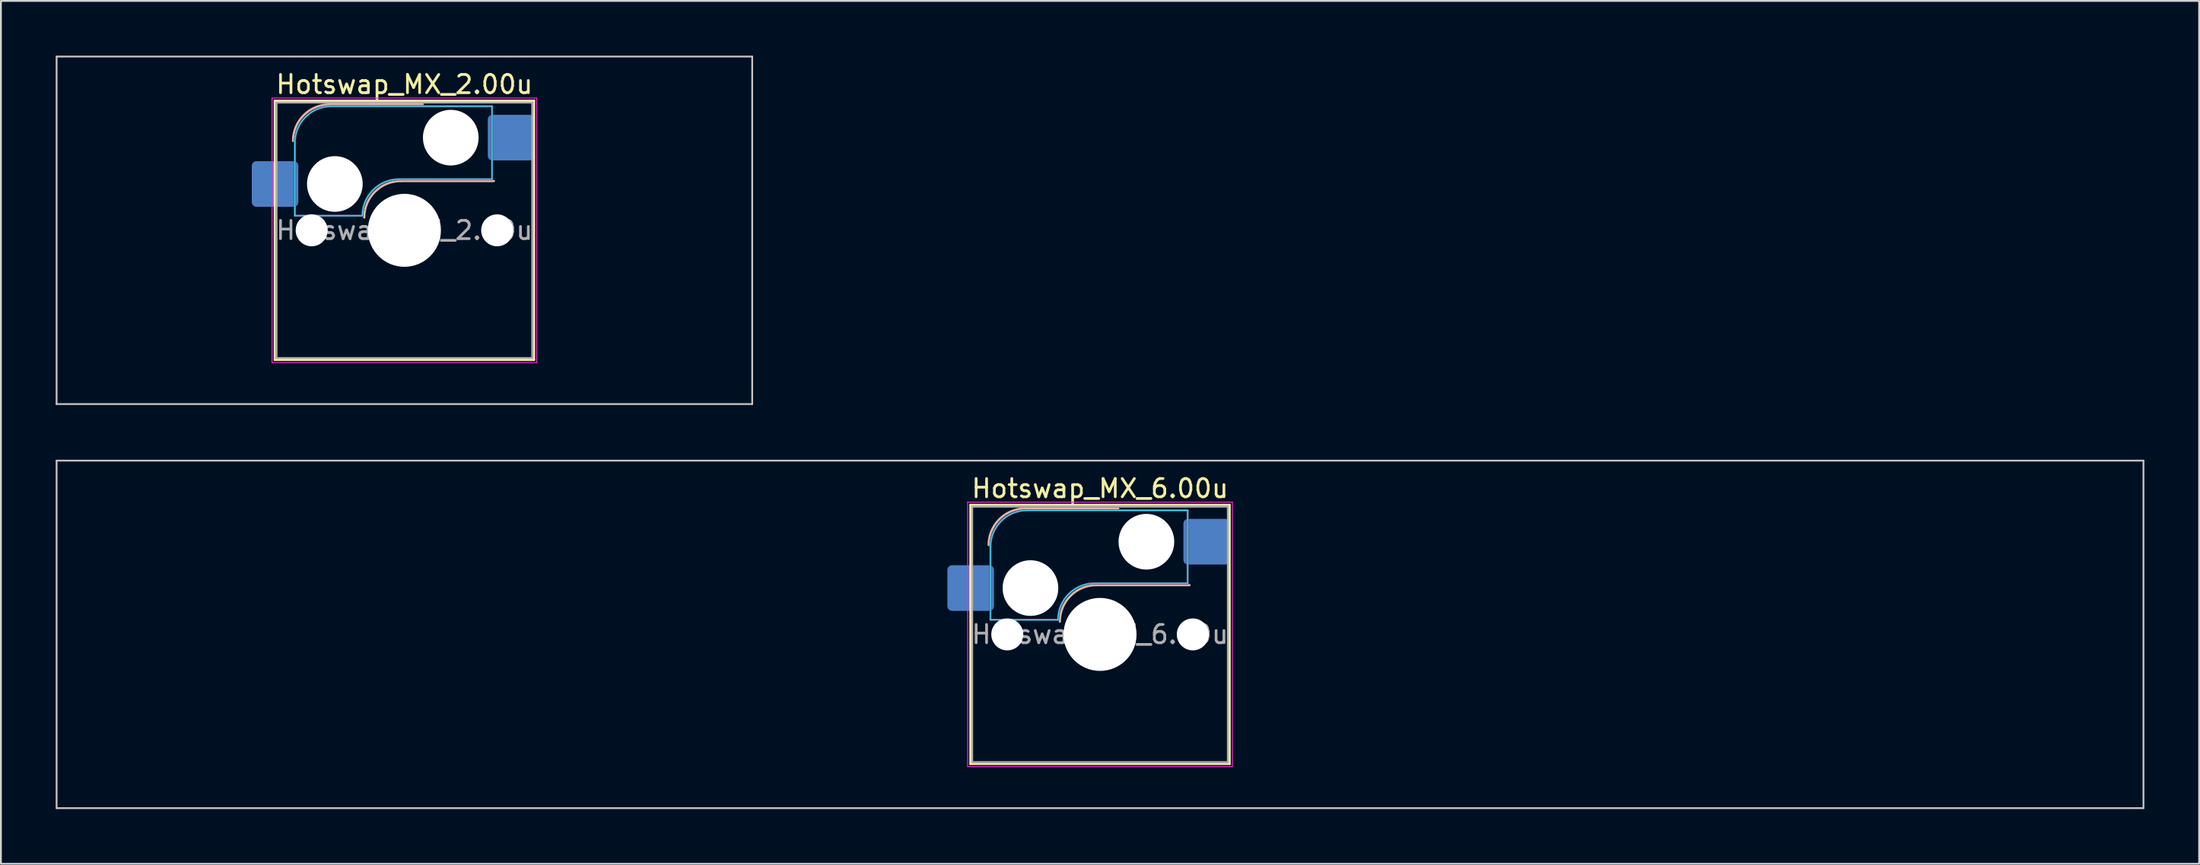
<source format=kicad_pcb>
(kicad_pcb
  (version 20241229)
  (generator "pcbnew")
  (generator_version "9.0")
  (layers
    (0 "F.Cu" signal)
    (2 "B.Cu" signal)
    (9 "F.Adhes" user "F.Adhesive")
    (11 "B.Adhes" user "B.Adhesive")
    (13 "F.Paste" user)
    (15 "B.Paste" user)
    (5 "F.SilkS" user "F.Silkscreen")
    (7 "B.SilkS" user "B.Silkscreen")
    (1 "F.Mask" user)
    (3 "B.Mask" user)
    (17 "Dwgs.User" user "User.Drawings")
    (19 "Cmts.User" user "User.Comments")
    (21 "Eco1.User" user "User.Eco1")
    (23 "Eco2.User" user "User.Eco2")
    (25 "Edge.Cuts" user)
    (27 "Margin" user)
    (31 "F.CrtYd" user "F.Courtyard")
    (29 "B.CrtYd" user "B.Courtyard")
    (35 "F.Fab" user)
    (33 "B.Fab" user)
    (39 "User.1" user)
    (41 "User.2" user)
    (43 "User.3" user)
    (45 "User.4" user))
  (footprint "Hotswap_MX_6.00u"
    (layer "F.Cu")
    (at 57.2 31.725)
    (property "Reference" "Hotswap_MX_6.00u" (at 0 -8 0) (layer "F.SilkS") (effects (font (size 1 1) (thickness 0.15))))
    (attr smd)
    (fp_line (start -7.1 -7.1) (end -7.1 7.1) (stroke (width 0.12) (type solid)) (layer "F.SilkS"))
    (fp_line (start -7.1 7.1) (end 7.1 7.1) (stroke (width 0.12) (type solid)) (layer "F.SilkS"))
    (fp_line (start 7.1 -7.1) (end -7.1 -7.1) (stroke (width 0.12) (type solid)) (layer "F.SilkS"))
    (fp_line (start 7.1 7.1) (end 7.1 -7.1) (stroke (width 0.12) (type solid)) (layer "F.SilkS"))
    (fp_line (start -4.1 -6.9) (end 1 -6.9) (stroke (width 0.12) (type solid)) (layer "B.SilkS"))
    (fp_line (start -0.2 -2.7) (end 4.9 -2.7) (stroke (width 0.12) (type solid)) (layer "B.SilkS"))
    (fp_arc (start -6.1 -4.9) (mid -5.514214 -6.314214) (end -4.1 -6.9) (stroke (width 0.12) (type solid)) (layer "B.SilkS"))
    (fp_arc (start -2.2 -0.7) (mid -1.614214 -2.114214) (end -0.2 -2.7) (stroke (width 0.12) (type solid)) (layer "B.SilkS"))
    (fp_line (start -57.15 -9.525) (end -57.15 9.525) (stroke (width 0.1) (type solid)) (layer "Dwgs.User"))
    (fp_line (start -57.15 9.525) (end 57.15 9.525) (stroke (width 0.1) (type solid)) (layer "Dwgs.User"))
    (fp_line (start 57.15 -9.525) (end -57.15 -9.525) (stroke (width 0.1) (type solid)) (layer "Dwgs.User"))
    (fp_line (start 57.15 9.525) (end 57.15 -9.525) (stroke (width 0.1) (type solid)) (layer "Dwgs.User"))
    (fp_line (start -7.8 -6) (end -7 -6) (stroke (width 0.1) (type solid)) (layer "Eco1.User"))
    (fp_line (start -7.8 -2.9) (end -7.8 -6) (stroke (width 0.1) (type solid)) (layer "Eco1.User"))
    (fp_line (start -7.8 2.9) (end -7 2.9) (stroke (width 0.1) (type solid)) (layer "Eco1.User"))
    (fp_line (start -7.8 6) (end -7.8 2.9) (stroke (width 0.1) (type solid)) (layer "Eco1.User"))
    (fp_line (start -7 -7) (end 7 -7) (stroke (width 0.1) (type solid)) (layer "Eco1.User"))
    (fp_line (start -7 -6) (end -7 -7) (stroke (width 0.1) (type solid)) (layer "Eco1.User"))
    (fp_line (start -7 -2.9) (end -7.8 -2.9) (stroke (width 0.1) (type solid)) (layer "Eco1.User"))
    (fp_line (start -7 2.9) (end -7 -2.9) (stroke (width 0.1) (type solid)) (layer "Eco1.User"))
    (fp_line (start -7 6) (end -7.8 6) (stroke (width 0.1) (type solid)) (layer "Eco1.User"))
    (fp_line (start -7 7) (end -7 6) (stroke (width 0.1) (type solid)) (layer "Eco1.User"))
    (fp_line (start 7 -7) (end 7 -6) (stroke (width 0.1) (type solid)) (layer "Eco1.User"))
    (fp_line (start 7 -6) (end 7.8 -6) (stroke (width 0.1) (type solid)) (layer "Eco1.User"))
    (fp_line (start 7 -2.9) (end 7 2.9) (stroke (width 0.1) (type solid)) (layer "Eco1.User"))
    (fp_line (start 7 2.9) (end 7.8 2.9) (stroke (width 0.1) (type solid)) (layer "Eco1.User"))
    (fp_line (start 7 6) (end 7 7) (stroke (width 0.1) (type solid)) (layer "Eco1.User"))
    (fp_line (start 7 7) (end -7 7) (stroke (width 0.1) (type solid)) (layer "Eco1.User"))
    (fp_line (start 7.8 -6) (end 7.8 -2.9) (stroke (width 0.1) (type solid)) (layer "Eco1.User"))
    (fp_line (start 7.8 -2.9) (end 7 -2.9) (stroke (width 0.1) (type solid)) (layer "Eco1.User"))
    (fp_line (start 7.8 2.9) (end 7.8 6) (stroke (width 0.1) (type solid)) (layer "Eco1.User"))
    (fp_line (start 7.8 6) (end 7 6) (stroke (width 0.1) (type solid)) (layer "Eco1.User"))
    (fp_line (start -6 -0.8) (end -6 -4.8) (stroke (width 0.05) (type solid)) (layer "B.CrtYd"))
    (fp_line (start -6 -0.8) (end -2.3 -0.8) (stroke (width 0.05) (type solid)) (layer "B.CrtYd"))
    (fp_line (start -4 -6.8) (end 4.8 -6.8) (stroke (width 0.05) (type solid)) (layer "B.CrtYd"))
    (fp_line (start -0.3 -2.8) (end 4.8 -2.8) (stroke (width 0.05) (type solid)) (layer "B.CrtYd"))
    (fp_line (start 4.8 -6.8) (end 4.8 -2.8) (stroke (width 0.05) (type solid)) (layer "B.CrtYd"))
    (fp_arc (start -6 -4.8) (mid -5.414214 -6.214214) (end -4 -6.8) (stroke (width 0.05) (type solid)) (layer "B.CrtYd"))
    (fp_arc (start -2.3 -0.8) (mid -1.714214 -2.214214) (end -0.3 -2.8) (stroke (width 0.05) (type solid)) (layer "B.CrtYd"))
    (fp_line (start -7.25 -7.25) (end -7.25 7.25) (stroke (width 0.05) (type solid)) (layer "F.CrtYd"))
    (fp_line (start -7.25 7.25) (end 7.25 7.25) (stroke (width 0.05) (type solid)) (layer "F.CrtYd"))
    (fp_line (start 7.25 -7.25) (end -7.25 -7.25) (stroke (width 0.05) (type solid)) (layer "F.CrtYd"))
    (fp_line (start 7.25 7.25) (end 7.25 -7.25) (stroke (width 0.05) (type solid)) (layer "F.CrtYd"))
    (fp_line (start -6 -0.8) (end -6 -4.8) (stroke (width 0.12) (type solid)) (layer "B.Fab"))
    (fp_line (start -6 -0.8) (end -2.3 -0.8) (stroke (width 0.12) (type solid)) (layer "B.Fab"))
    (fp_line (start -4 -6.8) (end 4.8 -6.8) (stroke (width 0.12) (type solid)) (layer "B.Fab"))
    (fp_line (start -0.3 -2.8) (end 4.8 -2.8) (stroke (width 0.12) (type solid)) (layer "B.Fab"))
    (fp_line (start 4.8 -6.8) (end 4.8 -2.8) (stroke (width 0.12) (type solid)) (layer "B.Fab"))
    (fp_arc (start -6 -4.8) (mid -5.414214 -6.214214) (end -4 -6.8) (stroke (width 0.12) (type solid)) (layer "B.Fab"))
    (fp_arc (start -2.3 -0.8) (mid -1.714214 -2.214214) (end -0.3 -2.8) (stroke (width 0.12) (type solid)) (layer "B.Fab"))
    (fp_line (start -7 -7) (end -7 7) (stroke (width 0.1) (type solid)) (layer "F.Fab"))
    (fp_line (start -7 7) (end 7 7) (stroke (width 0.1) (type solid)) (layer "F.Fab"))
    (fp_line (start 7 -7) (end -7 -7) (stroke (width 0.1) (type solid)) (layer "F.Fab"))
    (fp_line (start 7 7) (end 7 -7) (stroke (width 0.1) (type solid)) (layer "F.Fab"))
    (fp_text user "${REFERENCE}" (at 0 0 0) (layer "F.Fab") (effects (font (size 1 1) (thickness 0.15))))
    (pad "" np_thru_hole circle (at -5.08 0) (size 1.75 1.75) (drill 1.75) (layers "*.Cu" "*.Mask"))
    (pad "" np_thru_hole circle (at -3.81 -2.54) (size 3.05 3.05) (drill 3.05) (layers "*.Cu" "*.Mask"))
    (pad "" np_thru_hole circle (at 0 0) (size 4 4) (drill 4) (layers "*.Cu" "*.Mask"))
    (pad "" np_thru_hole circle (at 2.54 -5.08) (size 3.05 3.05) (drill 3.05) (layers "*.Cu" "*.Mask"))
    (pad "" np_thru_hole circle (at 5.08 0) (size 1.75 1.75) (drill 1.75) (layers "*.Cu" "*.Mask"))
    (pad "1" smd roundrect (at -7.085 -2.54) (size 2.55 2.5) (layers "B.Cu" "B.Mask" "B.Paste") (roundrect_rratio 0.1))
    (pad "2" smd roundrect (at 5.842 -5.08) (size 2.55 2.5) (layers "B.Cu" "B.Mask" "B.Paste") (roundrect_rratio 0.1)))
  (footprint "Hotswap_MX_2.00u"
    (layer "F.Cu")
    (at 19.1 9.575)
    (property "Reference" "Hotswap_MX_2.00u" (at 0 -8 0) (layer "F.SilkS") (effects (font (size 1 1) (thickness 0.15))))
    (attr smd)
    (fp_line (start -7.1 -7.1) (end -7.1 7.1) (stroke (width 0.12) (type solid)) (layer "F.SilkS"))
    (fp_line (start -7.1 7.1) (end 7.1 7.1) (stroke (width 0.12) (type solid)) (layer "F.SilkS"))
    (fp_line (start 7.1 -7.1) (end -7.1 -7.1) (stroke (width 0.12) (type solid)) (layer "F.SilkS"))
    (fp_line (start 7.1 7.1) (end 7.1 -7.1) (stroke (width 0.12) (type solid)) (layer "F.SilkS"))
    (fp_line (start -4.1 -6.9) (end 1 -6.9) (stroke (width 0.12) (type solid)) (layer "B.SilkS"))
    (fp_line (start -0.2 -2.7) (end 4.9 -2.7) (stroke (width 0.12) (type solid)) (layer "B.SilkS"))
    (fp_arc (start -6.1 -4.9) (mid -5.514214 -6.314214) (end -4.1 -6.9) (stroke (width 0.12) (type solid)) (layer "B.SilkS"))
    (fp_arc (start -2.2 -0.7) (mid -1.614214 -2.114214) (end -0.2 -2.7) (stroke (width 0.12) (type solid)) (layer "B.SilkS"))
    (fp_line (start -19.05 -9.525) (end -19.05 9.525) (stroke (width 0.1) (type solid)) (layer "Dwgs.User"))
    (fp_line (start -19.05 9.525) (end 19.05 9.525) (stroke (width 0.1) (type solid)) (layer "Dwgs.User"))
    (fp_line (start 19.05 -9.525) (end -19.05 -9.525) (stroke (width 0.1) (type solid)) (layer "Dwgs.User"))
    (fp_line (start 19.05 9.525) (end 19.05 -9.525) (stroke (width 0.1) (type solid)) (layer "Dwgs.User"))
    (fp_line (start -7.8 -6) (end -7 -6) (stroke (width 0.1) (type solid)) (layer "Eco1.User"))
    (fp_line (start -7.8 -2.9) (end -7.8 -6) (stroke (width 0.1) (type solid)) (layer "Eco1.User"))
    (fp_line (start -7.8 2.9) (end -7 2.9) (stroke (width 0.1) (type solid)) (layer "Eco1.User"))
    (fp_line (start -7.8 6) (end -7.8 2.9) (stroke (width 0.1) (type solid)) (layer "Eco1.User"))
    (fp_line (start -7 -7) (end 7 -7) (stroke (width 0.1) (type solid)) (layer "Eco1.User"))
    (fp_line (start -7 -6) (end -7 -7) (stroke (width 0.1) (type solid)) (layer "Eco1.User"))
    (fp_line (start -7 -2.9) (end -7.8 -2.9) (stroke (width 0.1) (type solid)) (layer "Eco1.User"))
    (fp_line (start -7 2.9) (end -7 -2.9) (stroke (width 0.1) (type solid)) (layer "Eco1.User"))
    (fp_line (start -7 6) (end -7.8 6) (stroke (width 0.1) (type solid)) (layer "Eco1.User"))
    (fp_line (start -7 7) (end -7 6) (stroke (width 0.1) (type solid)) (layer "Eco1.User"))
    (fp_line (start 7 -7) (end 7 -6) (stroke (width 0.1) (type solid)) (layer "Eco1.User"))
    (fp_line (start 7 -6) (end 7.8 -6) (stroke (width 0.1) (type solid)) (layer "Eco1.User"))
    (fp_line (start 7 -2.9) (end 7 2.9) (stroke (width 0.1) (type solid)) (layer "Eco1.User"))
    (fp_line (start 7 2.9) (end 7.8 2.9) (stroke (width 0.1) (type solid)) (layer "Eco1.User"))
    (fp_line (start 7 6) (end 7 7) (stroke (width 0.1) (type solid)) (layer "Eco1.User"))
    (fp_line (start 7 7) (end -7 7) (stroke (width 0.1) (type solid)) (layer "Eco1.User"))
    (fp_line (start 7.8 -6) (end 7.8 -2.9) (stroke (width 0.1) (type solid)) (layer "Eco1.User"))
    (fp_line (start 7.8 -2.9) (end 7 -2.9) (stroke (width 0.1) (type solid)) (layer "Eco1.User"))
    (fp_line (start 7.8 2.9) (end 7.8 6) (stroke (width 0.1) (type solid)) (layer "Eco1.User"))
    (fp_line (start 7.8 6) (end 7 6) (stroke (width 0.1) (type solid)) (layer "Eco1.User"))
    (fp_line (start -6 -0.8) (end -6 -4.8) (stroke (width 0.05) (type solid)) (layer "B.CrtYd"))
    (fp_line (start -6 -0.8) (end -2.3 -0.8) (stroke (width 0.05) (type solid)) (layer "B.CrtYd"))
    (fp_line (start -4 -6.8) (end 4.8 -6.8) (stroke (width 0.05) (type solid)) (layer "B.CrtYd"))
    (fp_line (start -0.3 -2.8) (end 4.8 -2.8) (stroke (width 0.05) (type solid)) (layer "B.CrtYd"))
    (fp_line (start 4.8 -6.8) (end 4.8 -2.8) (stroke (width 0.05) (type solid)) (layer "B.CrtYd"))
    (fp_arc (start -6 -4.8) (mid -5.414214 -6.214214) (end -4 -6.8) (stroke (width 0.05) (type solid)) (layer "B.CrtYd"))
    (fp_arc (start -2.3 -0.8) (mid -1.714214 -2.214214) (end -0.3 -2.8) (stroke (width 0.05) (type solid)) (layer "B.CrtYd"))
    (fp_line (start -7.25 -7.25) (end -7.25 7.25) (stroke (width 0.05) (type solid)) (layer "F.CrtYd"))
    (fp_line (start -7.25 7.25) (end 7.25 7.25) (stroke (width 0.05) (type solid)) (layer "F.CrtYd"))
    (fp_line (start 7.25 -7.25) (end -7.25 -7.25) (stroke (width 0.05) (type solid)) (layer "F.CrtYd"))
    (fp_line (start 7.25 7.25) (end 7.25 -7.25) (stroke (width 0.05) (type solid)) (layer "F.CrtYd"))
    (fp_line (start -6 -0.8) (end -6 -4.8) (stroke (width 0.12) (type solid)) (layer "B.Fab"))
    (fp_line (start -6 -0.8) (end -2.3 -0.8) (stroke (width 0.12) (type solid)) (layer "B.Fab"))
    (fp_line (start -4 -6.8) (end 4.8 -6.8) (stroke (width 0.12) (type solid)) (layer "B.Fab"))
    (fp_line (start -0.3 -2.8) (end 4.8 -2.8) (stroke (width 0.12) (type solid)) (layer "B.Fab"))
    (fp_line (start 4.8 -6.8) (end 4.8 -2.8) (stroke (width 0.12) (type solid)) (layer "B.Fab"))
    (fp_arc (start -6 -4.8) (mid -5.414214 -6.214214) (end -4 -6.8) (stroke (width 0.12) (type solid)) (layer "B.Fab"))
    (fp_arc (start -2.3 -0.8) (mid -1.714214 -2.214214) (end -0.3 -2.8) (stroke (width 0.12) (type solid)) (layer "B.Fab"))
    (fp_line (start -7 -7) (end -7 7) (stroke (width 0.1) (type solid)) (layer "F.Fab"))
    (fp_line (start -7 7) (end 7 7) (stroke (width 0.1) (type solid)) (layer "F.Fab"))
    (fp_line (start 7 -7) (end -7 -7) (stroke (width 0.1) (type solid)) (layer "F.Fab"))
    (fp_line (start 7 7) (end 7 -7) (stroke (width 0.1) (type solid)) (layer "F.Fab"))
    (fp_text user "${REFERENCE}" (at 0 0 0) (layer "F.Fab") (effects (font (size 1 1) (thickness 0.15))))
    (pad "" np_thru_hole circle (at -5.08 0) (size 1.75 1.75) (drill 1.75) (layers "*.Cu" "*.Mask"))
    (pad "" np_thru_hole circle (at -3.81 -2.54) (size 3.05 3.05) (drill 3.05) (layers "*.Cu" "*.Mask"))
    (pad "" np_thru_hole circle (at 0 0) (size 4 4) (drill 4) (layers "*.Cu" "*.Mask"))
    (pad "" np_thru_hole circle (at 2.54 -5.08) (size 3.05 3.05) (drill 3.05) (layers "*.Cu" "*.Mask"))
    (pad "" np_thru_hole circle (at 5.08 0) (size 1.75 1.75) (drill 1.75) (layers "*.Cu" "*.Mask"))
    (pad "1" smd roundrect (at -7.085 -2.54) (size 2.55 2.5) (layers "B.Cu" "B.Mask" "B.Paste") (roundrect_rratio 0.1))
    (pad "2" smd roundrect (at 5.842 -5.08) (size 2.55 2.5) (layers "B.Cu" "B.Mask" "B.Paste") (roundrect_rratio 0.1)))
  (gr_rect
    (start -3 -3)
    (end 117.4 44.3)
    (stroke (width 0.1) (type default))
    (fill no)
    (layer "Edge.Cuts")))
</source>
